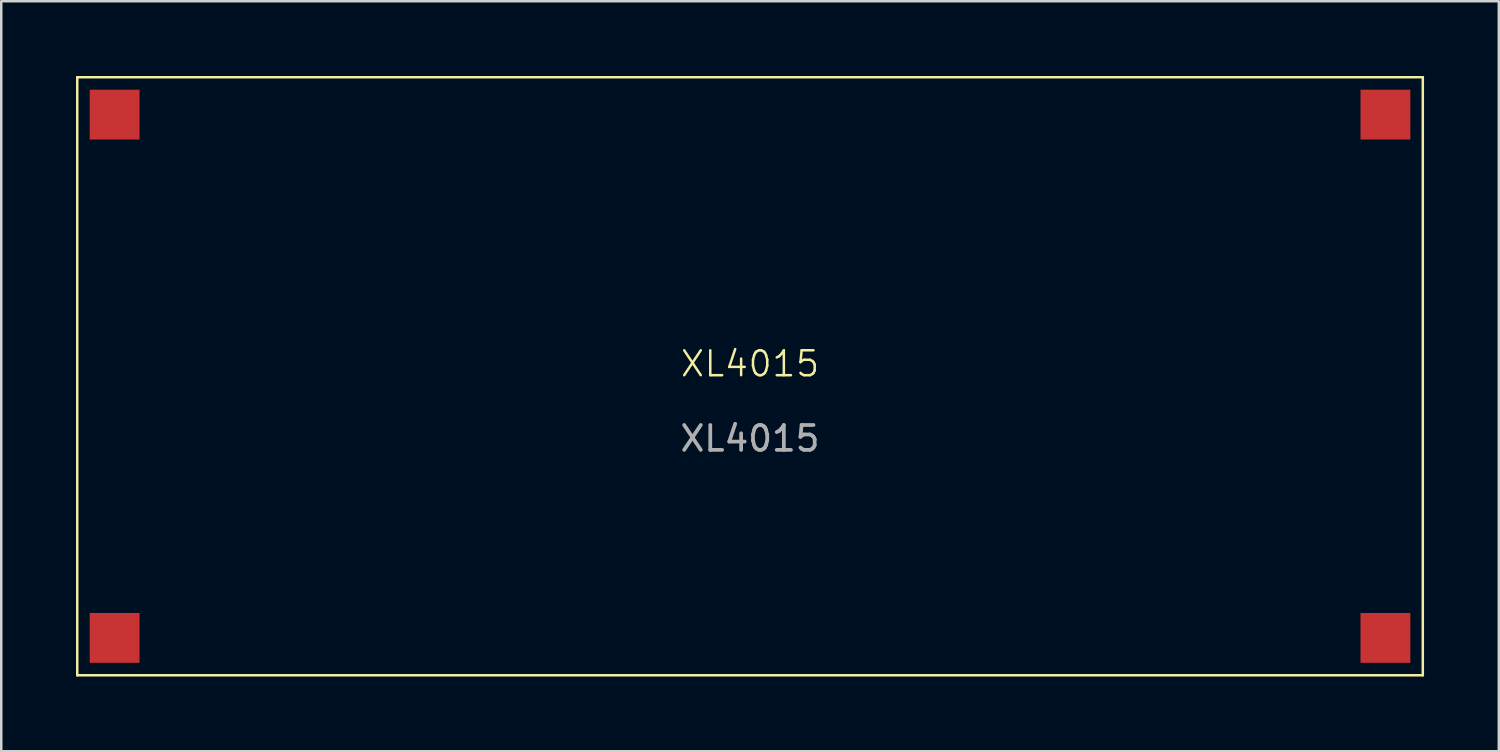
<source format=kicad_pcb>
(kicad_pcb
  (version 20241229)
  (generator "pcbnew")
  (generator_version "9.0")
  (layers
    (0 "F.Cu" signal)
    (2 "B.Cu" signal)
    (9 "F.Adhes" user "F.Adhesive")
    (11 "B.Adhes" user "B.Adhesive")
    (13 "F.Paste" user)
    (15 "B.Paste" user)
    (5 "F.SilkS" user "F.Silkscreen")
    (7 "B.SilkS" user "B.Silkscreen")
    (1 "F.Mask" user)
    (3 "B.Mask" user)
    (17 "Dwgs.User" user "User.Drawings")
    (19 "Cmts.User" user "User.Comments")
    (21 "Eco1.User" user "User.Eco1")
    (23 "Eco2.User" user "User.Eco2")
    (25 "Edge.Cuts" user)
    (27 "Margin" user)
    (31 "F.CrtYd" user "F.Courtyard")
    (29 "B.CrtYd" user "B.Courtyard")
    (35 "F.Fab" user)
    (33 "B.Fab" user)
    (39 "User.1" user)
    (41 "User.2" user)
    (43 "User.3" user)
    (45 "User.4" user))
  (footprint "XL4015"
    (layer "F.Cu")
    (at 27.05 12.05)
    (property "Reference" "XL4015" (at 0 -0.5 0) (unlocked yes) (layer "F.SilkS") (effects (font (size 1 1) (thickness 0.1))))
    (attr smd)
    (fp_line (start -27 -12) (end 27 -12) (stroke (width 0.1) (type default)) (layer "F.SilkS"))
    (fp_line (start -27 12) (end -27 -12) (stroke (width 0.1) (type default)) (layer "F.SilkS"))
    (fp_line (start 27 -12) (end 27 12) (stroke (width 0.1) (type default)) (layer "F.SilkS"))
    (fp_line (start 27 12) (end -27 12) (stroke (width 0.1) (type default)) (layer "F.SilkS"))
    (fp_text user "${REFERENCE}" (at 0 2.5 0) (unlocked yes) (layer "F.Fab") (effects (font (size 1 1) (thickness 0.15))))
    (pad "1" smd rect (at -25.5 -10.5) (size 2 2) (layers "F.Cu" "F.Mask" "F.Paste"))
    (pad "2" smd rect (at -25.5 10.5) (size 2 2) (layers "F.Cu" "F.Mask" "F.Paste"))
    (pad "3" smd rect (at 25.5 -10.5) (size 2 2) (layers "F.Cu" "F.Mask" "F.Paste"))
    (pad "4" smd rect (at 25.5 10.5) (size 2 2) (layers "F.Cu" "F.Mask" "F.Paste")))
  (gr_rect
    (start -3 -3)
    (end 57.1 27.1)
    (stroke (width 0.1) (type default))
    (fill no)
    (layer "Edge.Cuts")))
</source>
